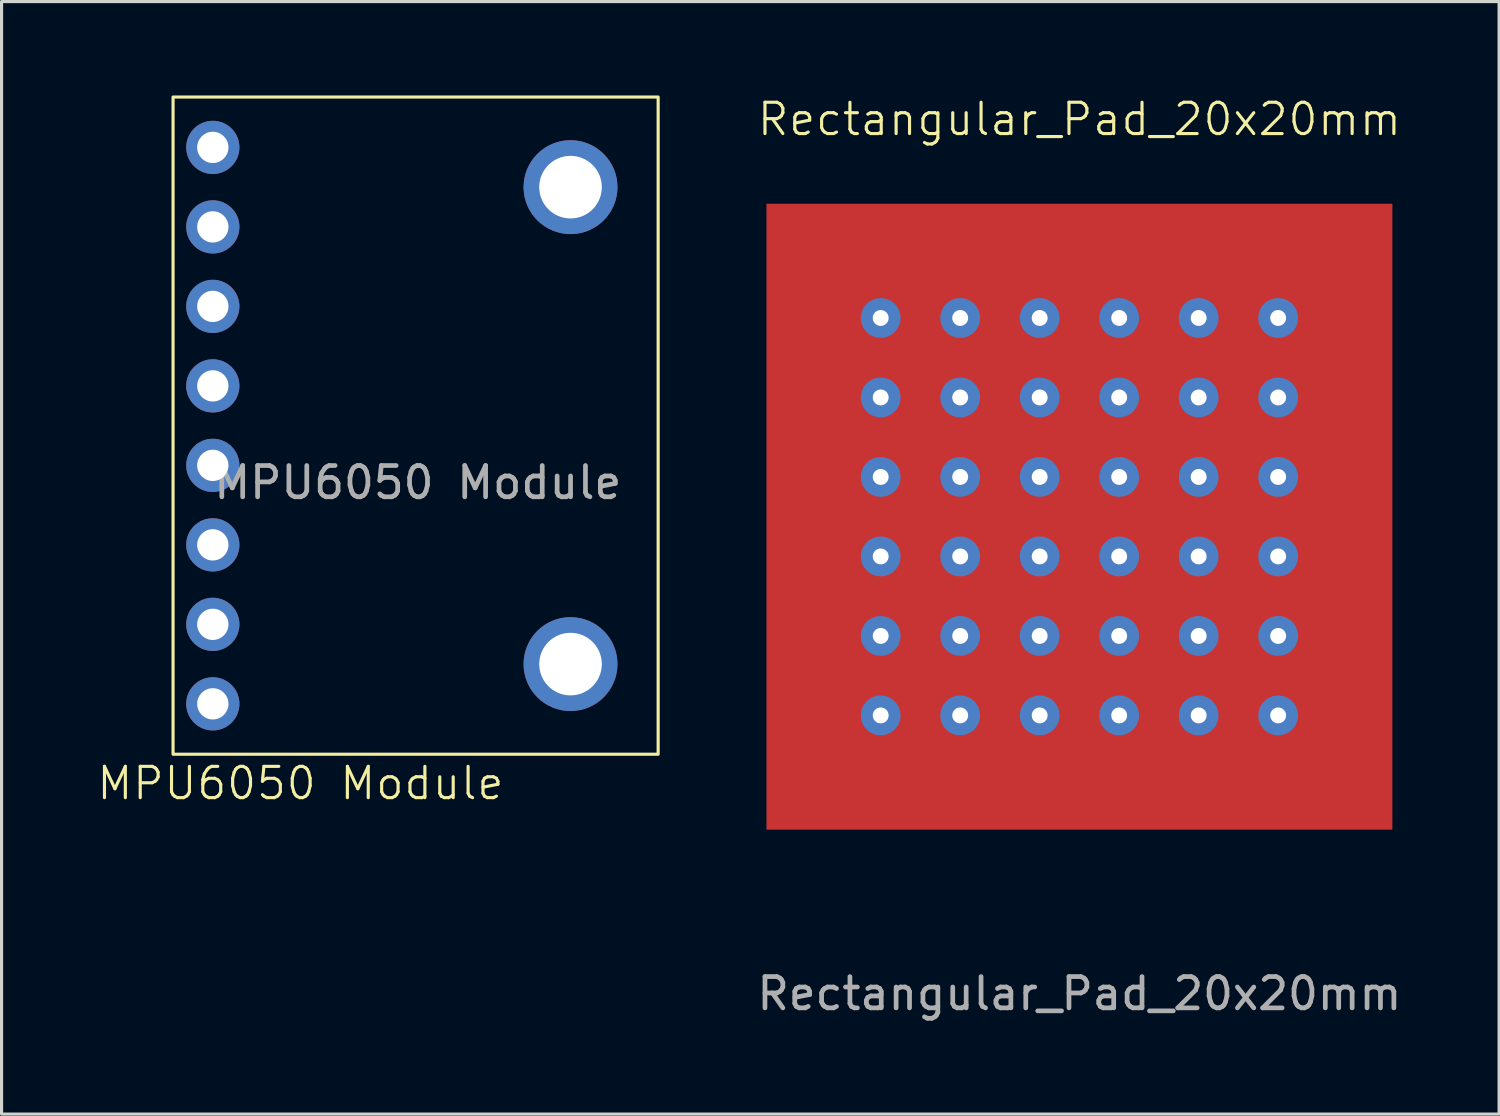
<source format=kicad_pcb>
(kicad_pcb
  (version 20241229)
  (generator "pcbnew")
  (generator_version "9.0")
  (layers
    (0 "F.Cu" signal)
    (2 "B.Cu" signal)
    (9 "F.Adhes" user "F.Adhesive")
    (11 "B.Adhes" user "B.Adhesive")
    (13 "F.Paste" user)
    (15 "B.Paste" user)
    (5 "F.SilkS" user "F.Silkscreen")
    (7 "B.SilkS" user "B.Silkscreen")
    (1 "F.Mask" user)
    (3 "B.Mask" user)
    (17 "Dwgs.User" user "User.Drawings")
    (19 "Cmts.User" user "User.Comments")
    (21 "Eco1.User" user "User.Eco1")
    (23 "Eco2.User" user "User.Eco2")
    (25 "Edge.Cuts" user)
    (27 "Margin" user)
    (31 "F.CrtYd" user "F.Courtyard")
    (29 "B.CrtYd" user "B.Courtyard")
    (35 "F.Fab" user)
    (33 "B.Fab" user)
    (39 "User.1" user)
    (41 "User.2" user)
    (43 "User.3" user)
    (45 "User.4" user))
  (footprint "MPU6050 Module"
    (layer "F.Cu")
    (at 10.36 10.55)
    (property "Reference" "MPU6050 Module" (at -3.81 11.43 0) (unlocked yes) (layer "F.SilkS") (effects (font (size 1 1) (thickness 0.1))))
    (attr through_hole)
    (fp_rect (start -7.88 -10.5) (end 7.62 10.5) (stroke (width 0.1) (type default)) (fill no) (layer "F.SilkS"))
    (fp_text user "${REFERENCE}" (at -0.06 1.82 0) (unlocked yes) (layer "F.Fab") (effects (font (size 1 1) (thickness 0.15))))
    (pad "" thru_hole circle (at 4.82 -7.62) (size 3 3) (drill 2) (layers "*.Cu" "*.Mask"))
    (pad "" thru_hole circle (at 4.82 7.62) (size 3 3) (drill 2) (layers "*.Cu" "*.Mask"))
    (pad "1" thru_hole circle (at -6.61 -8.89 180) (size 1.7 1.7) (drill 1) (layers "*.Cu" "*.Mask"))
    (pad "2" thru_hole circle (at -6.61 -6.35 180) (size 1.7 1.7) (drill 1) (layers "*.Cu" "*.Mask"))
    (pad "3" thru_hole circle (at -6.61 -3.81 180) (size 1.7 1.7) (drill 1) (layers "*.Cu" "*.Mask"))
    (pad "4" thru_hole circle (at -6.61 -1.27 180) (size 1.7 1.7) (drill 1) (layers "*.Cu" "*.Mask"))
    (pad "5" thru_hole circle (at -6.61 1.27 180) (size 1.7 1.7) (drill 1) (layers "*.Cu" "*.Mask"))
    (pad "6" thru_hole circle (at -6.61 3.81 180) (size 1.7 1.7) (drill 1) (layers "*.Cu" "*.Mask"))
    (pad "7" thru_hole circle (at -6.61 6.35 180) (size 1.7 1.7) (drill 1) (layers "*.Cu" "*.Mask"))
    (pad "8" thru_hole circle (at -6.61 8.89 180) (size 1.7 1.7) (drill 1) (layers "*.Cu" "*.Mask")))
  (footprint "Rectangular_Pad_20x20mm"
    (layer "F.Cu")
    (at 31.441 13.46)
    (property "Reference" "Rectangular_Pad_20x20mm" (at 0 -12.7 0) (unlocked yes) (layer "F.SilkS") (effects (font (size 1 1) (thickness 0.1))))
    (attr through_hole)
    (fp_text user "${REFERENCE}" (at 0 15.24 0) (unlocked yes) (layer "F.Fab") (effects (font (size 1 1) (thickness 0.15))))
    (pad "1" thru_hole circle (at -6.35 -6.35) (size 1.27 1.27) (drill 0.508) (layers "*.Cu" "*.Mask"))
    (pad "1" thru_hole circle (at -6.35 -3.81) (size 1.27 1.27) (drill 0.508) (layers "*.Cu" "*.Mask"))
    (pad "1" thru_hole circle (at -6.35 -1.27) (size 1.27 1.27) (drill 0.508) (layers "*.Cu" "*.Mask"))
    (pad "1" thru_hole circle (at -6.35 1.27) (size 1.27 1.27) (drill 0.508) (layers "*.Cu" "*.Mask"))
    (pad "1" thru_hole circle (at -6.35 3.81) (size 1.27 1.27) (drill 0.508) (layers "*.Cu" "*.Mask"))
    (pad "1" thru_hole circle (at -6.35 6.35) (size 1.27 1.27) (drill 0.508) (layers "*.Cu" "*.Mask"))
    (pad "1" thru_hole circle (at -3.81 -6.35) (size 1.27 1.27) (drill 0.508) (layers "*.Cu" "*.Mask"))
    (pad "1" thru_hole circle (at -3.81 -3.81) (size 1.27 1.27) (drill 0.508) (layers "*.Cu" "*.Mask"))
    (pad "1" thru_hole circle (at -3.81 -1.27) (size 1.27 1.27) (drill 0.508) (layers "*.Cu" "*.Mask"))
    (pad "1" thru_hole circle (at -3.81 1.27) (size 1.27 1.27) (drill 0.508) (layers "*.Cu" "*.Mask"))
    (pad "1" thru_hole circle (at -3.81 3.81) (size 1.27 1.27) (drill 0.508) (layers "*.Cu" "*.Mask"))
    (pad "1" thru_hole circle (at -3.81 6.35) (size 1.27 1.27) (drill 0.508) (layers "*.Cu" "*.Mask"))
    (pad "1" thru_hole circle (at -1.27 -6.35) (size 1.27 1.27) (drill 0.508) (layers "*.Cu" "*.Mask"))
    (pad "1" thru_hole circle (at -1.27 -3.81) (size 1.27 1.27) (drill 0.508) (layers "*.Cu" "*.Mask"))
    (pad "1" thru_hole circle (at -1.27 -1.27) (size 1.27 1.27) (drill 0.508) (layers "*.Cu" "*.Mask"))
    (pad "1" thru_hole circle (at -1.27 1.27) (size 1.27 1.27) (drill 0.508) (layers "*.Cu" "*.Mask"))
    (pad "1" thru_hole circle (at -1.27 3.81) (size 1.27 1.27) (drill 0.508) (layers "*.Cu" "*.Mask"))
    (pad "1" thru_hole circle (at -1.27 6.35) (size 1.27 1.27) (drill 0.508) (layers "*.Cu" "*.Mask"))
    (pad "1" smd rect (at 0 0) (size 20 20) (layers "F.Cu" "F.Mask" "F.Paste"))
    (pad "1" thru_hole circle (at 1.27 -6.35) (size 1.27 1.27) (drill 0.508) (layers "*.Cu" "*.Mask"))
    (pad "1" thru_hole circle (at 1.27 -3.81) (size 1.27 1.27) (drill 0.508) (layers "*.Cu" "*.Mask"))
    (pad "1" thru_hole circle (at 1.27 -1.27) (size 1.27 1.27) (drill 0.508) (layers "*.Cu" "*.Mask"))
    (pad "1" thru_hole circle (at 1.27 1.27) (size 1.27 1.27) (drill 0.508) (layers "*.Cu" "*.Mask"))
    (pad "1" thru_hole circle (at 1.27 3.81) (size 1.27 1.27) (drill 0.508) (layers "*.Cu" "*.Mask"))
    (pad "1" thru_hole circle (at 1.27 6.35) (size 1.27 1.27) (drill 0.508) (layers "*.Cu" "*.Mask"))
    (pad "1" thru_hole circle (at 3.81 -6.35) (size 1.27 1.27) (drill 0.508) (layers "*.Cu" "*.Mask"))
    (pad "1" thru_hole circle (at 3.81 -3.81) (size 1.27 1.27) (drill 0.508) (layers "*.Cu" "*.Mask"))
    (pad "1" thru_hole circle (at 3.81 -1.27) (size 1.27 1.27) (drill 0.508) (layers "*.Cu" "*.Mask"))
    (pad "1" thru_hole circle (at 3.81 1.27) (size 1.27 1.27) (drill 0.508) (layers "*.Cu" "*.Mask"))
    (pad "1" thru_hole circle (at 3.81 3.81) (size 1.27 1.27) (drill 0.508) (layers "*.Cu" "*.Mask"))
    (pad "1" thru_hole circle (at 3.81 6.35) (size 1.27 1.27) (drill 0.508) (layers "*.Cu" "*.Mask"))
    (pad "1" thru_hole circle (at 6.35 -6.35) (size 1.27 1.27) (drill 0.508) (layers "*.Cu" "*.Mask"))
    (pad "1" thru_hole circle (at 6.35 -3.81) (size 1.27 1.27) (drill 0.508) (layers "*.Cu" "*.Mask"))
    (pad "1" thru_hole circle (at 6.35 -1.27) (size 1.27 1.27) (drill 0.508) (layers "*.Cu" "*.Mask"))
    (pad "1" thru_hole circle (at 6.35 1.27) (size 1.27 1.27) (drill 0.508) (layers "*.Cu" "*.Mask"))
    (pad "1" thru_hole circle (at 6.35 3.81) (size 1.27 1.27) (drill 0.508) (layers "*.Cu" "*.Mask"))
    (pad "1" thru_hole circle (at 6.35 6.35) (size 1.27 1.27) (drill 0.508) (layers "*.Cu" "*.Mask")))
  (gr_rect
    (start -3 -3)
    (end 44.851 32.549)
    (stroke (width 0.1) (type default))
    (fill no)
    (layer "Edge.Cuts")))
</source>
